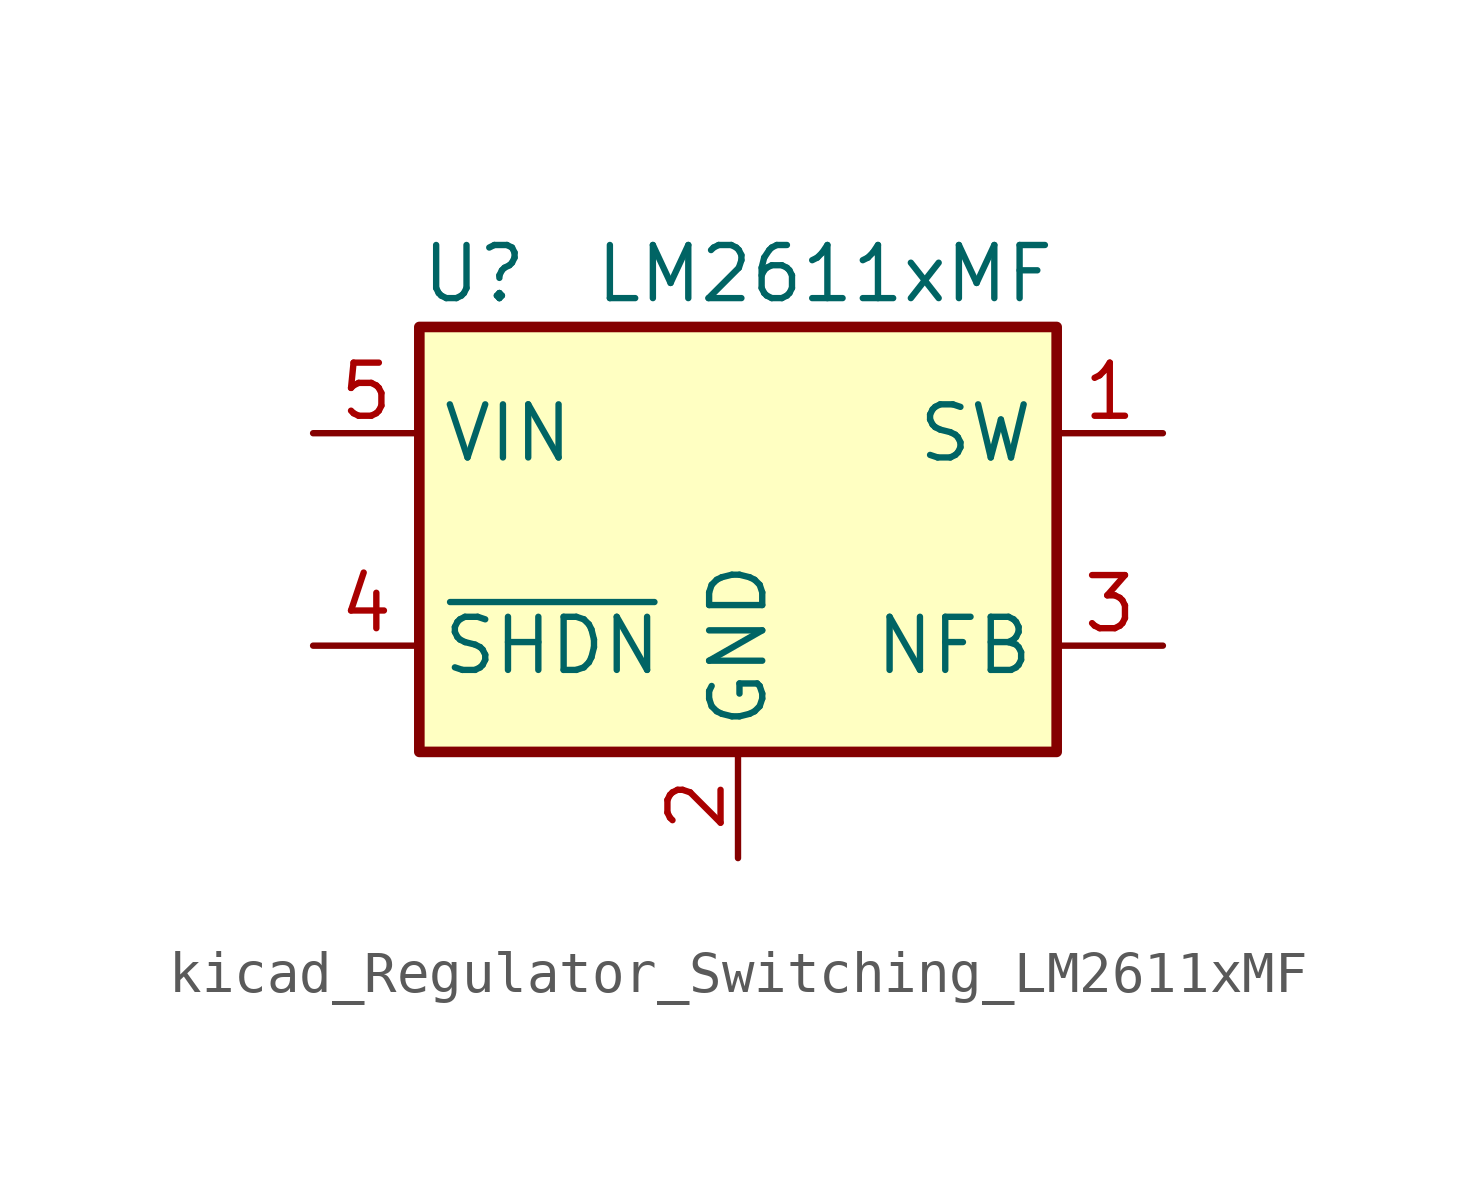
<source format=kicad_sym>
(kicad_symbol_lib
  (version 20220914)
  (generator kicad_symbol_editor)
  (symbol "kicad_Regulator_Switching_LM2611xMF"
    (property "Reference" "U"
      (at -7.62 6.35 0)
      (effects (font (size 1.27 1.27)) (justify left)))
    (property "Value" "LM2611xMF"
      (at 7.62 6.35 0)
      (effects (font (size 1.27 1.27)) (justify right)))
    (symbol "kicad_Regulator_Switching_LM2611xMF_0_1"
      (rectangle (start -7.62 5.08) (end 7.62 -5.08) (stroke (width 0.254) (type default)) (fill (type background))))
    (symbol "kicad_Regulator_Switching_LM2611xMF_1_1"
      (pin open_collector line (at 10.16 2.54 180) (length 2.54) (name "SW" (effects (font (size 1.27 1.27)))) (number "1" (effects (font (size 1.27 1.27)))))
      (pin power_in line (at 0 -7.62 90) (length 2.54) (name "GND" (effects (font (size 1.27 1.27)))) (number "2" (effects (font (size 1.27 1.27)))))
      (pin input line (at 10.16 -2.54 180) (length 2.54) (name "NFB" (effects (font (size 1.27 1.27)))) (number "3" (effects (font (size 1.27 1.27)))))
      (pin input line (at -10.16 -2.54 0) (length 2.54) (name "~{SHDN}" (effects (font (size 1.27 1.27)))) (number "4" (effects (font (size 1.27 1.27)))))
      (pin power_in line (at -10.16 2.54 0) (length 2.54) (name "VIN" (effects (font (size 1.27 1.27)))) (number "5" (effects (font (size 1.27 1.27))))))))
</source>
